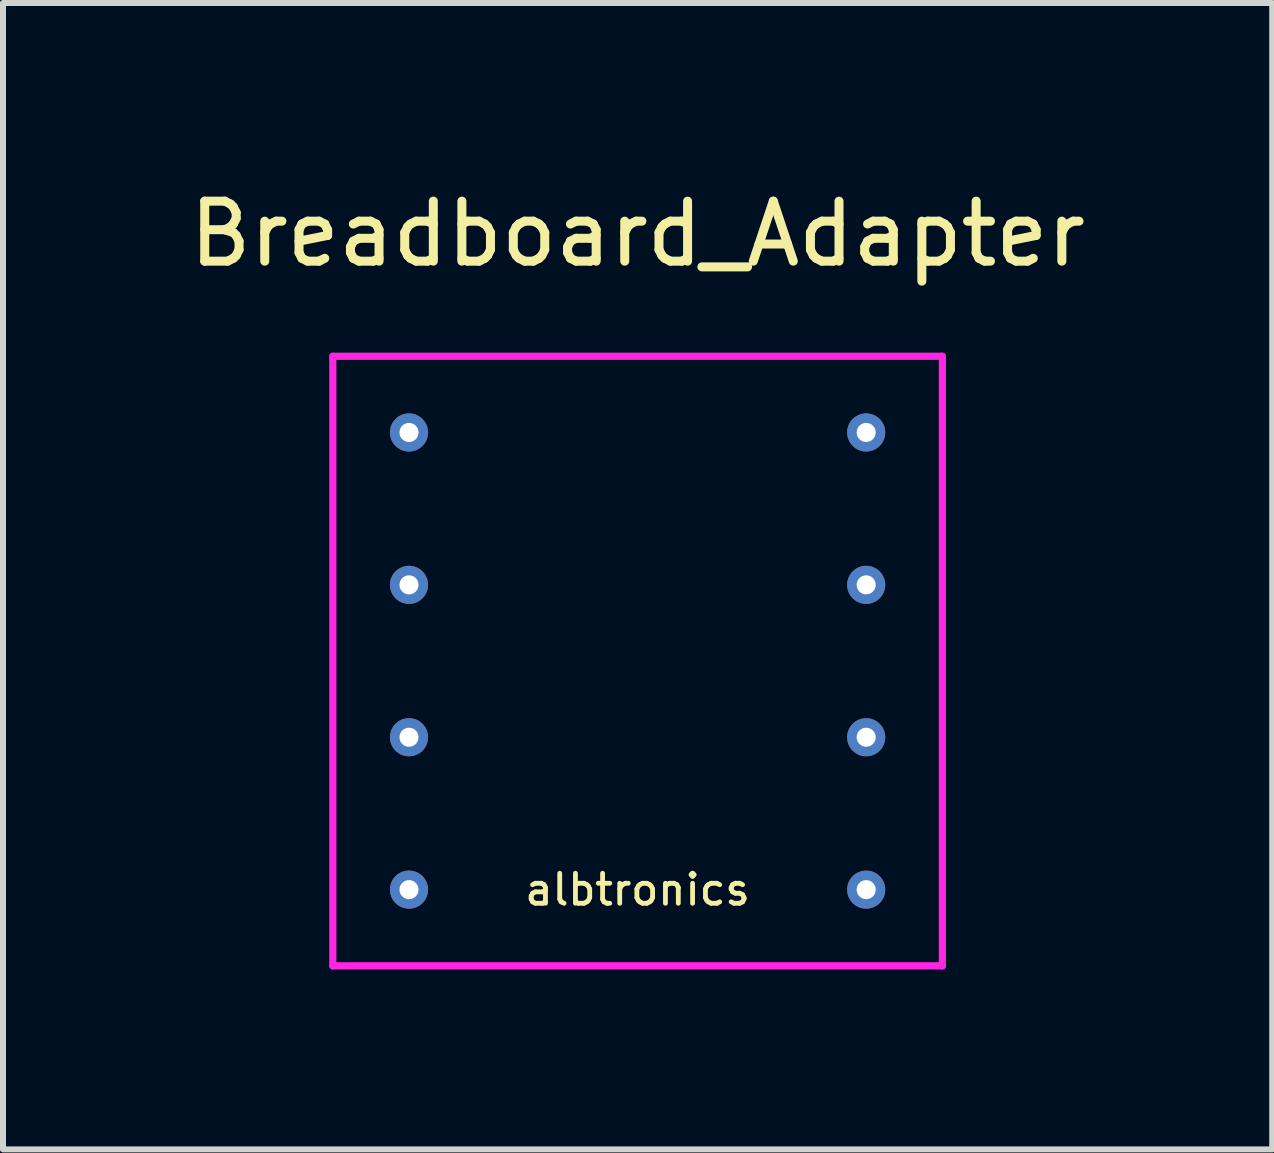
<source format=kicad_pcb>
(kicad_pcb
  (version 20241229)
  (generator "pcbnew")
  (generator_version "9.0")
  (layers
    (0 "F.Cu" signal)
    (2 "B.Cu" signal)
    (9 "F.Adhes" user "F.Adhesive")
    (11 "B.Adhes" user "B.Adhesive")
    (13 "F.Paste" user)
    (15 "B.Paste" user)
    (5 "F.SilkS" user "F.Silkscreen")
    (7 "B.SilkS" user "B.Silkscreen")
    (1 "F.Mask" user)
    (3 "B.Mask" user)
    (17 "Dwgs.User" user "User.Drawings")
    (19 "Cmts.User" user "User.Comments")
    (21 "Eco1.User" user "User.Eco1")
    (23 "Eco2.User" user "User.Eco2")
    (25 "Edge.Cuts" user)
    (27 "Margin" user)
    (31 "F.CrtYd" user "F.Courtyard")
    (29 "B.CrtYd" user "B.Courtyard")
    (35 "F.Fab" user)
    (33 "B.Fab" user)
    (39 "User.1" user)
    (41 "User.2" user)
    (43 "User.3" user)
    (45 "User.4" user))
  (footprint "Breadboard_Adapter"
    (layer "F.Cu")
    (at 7.577 0.348)
    (property "Reference" "Breadboard_Adapter" (at 0 0.5 0) (layer "F.SilkS") (effects (font (size 1 1) (thickness 0.15))))
    (attr through_hole)
    (fp_line (start -5.08 2.54) (end 5.08 2.54) (stroke (width 0.12) (type solid)) (layer "F.CrtYd"))
    (fp_line (start -5.08 12.7) (end -5.08 2.54) (stroke (width 0.12) (type solid)) (layer "F.CrtYd"))
    (fp_line (start -5.08 12.7) (end 5.08 12.7) (stroke (width 0.12) (type solid)) (layer "F.CrtYd"))
    (fp_line (start 5.08 12.7) (end 5.08 2.54) (stroke (width 0.12) (type solid)) (layer "F.CrtYd"))
    (fp_text user "albtronics" (at 0 11.43 0) (layer "F.SilkS") (effects (font (size 0.5 0.5) (thickness 0.08))))
    (pad "1" thru_hole circle (at -3.81 3.81) (size 0.635 0.635) (drill 0.318) (layers "*.Cu" "*.Mask"))
    (pad "2" thru_hole circle (at -3.81 6.35) (size 0.635 0.635) (drill 0.318) (layers "*.Cu" "*.Mask"))
    (pad "3" thru_hole circle (at -3.81 8.89) (size 0.635 0.635) (drill 0.318) (layers "*.Cu" "*.Mask"))
    (pad "4" thru_hole circle (at -3.81 11.43) (size 0.635 0.635) (drill 0.318) (layers "*.Cu" "*.Mask"))
    (pad "5" thru_hole circle (at 3.81 11.43) (size 0.635 0.635) (drill 0.318) (layers "*.Cu" "*.Mask"))
    (pad "6" thru_hole circle (at 3.81 8.89) (size 0.635 0.635) (drill 0.318) (layers "*.Cu" "*.Mask"))
    (pad "7" thru_hole circle (at 3.81 6.35) (size 0.635 0.635) (drill 0.318) (layers "*.Cu" "*.Mask"))
    (pad "8" thru_hole circle (at 3.81 3.81) (size 0.635 0.635) (drill 0.318) (layers "*.Cu" "*.Mask")))
  (gr_rect
    (start -3 -3)
    (end 18.155 16.108)
    (stroke (width 0.1) (type default))
    (fill no)
    (layer "Edge.Cuts")))
</source>
